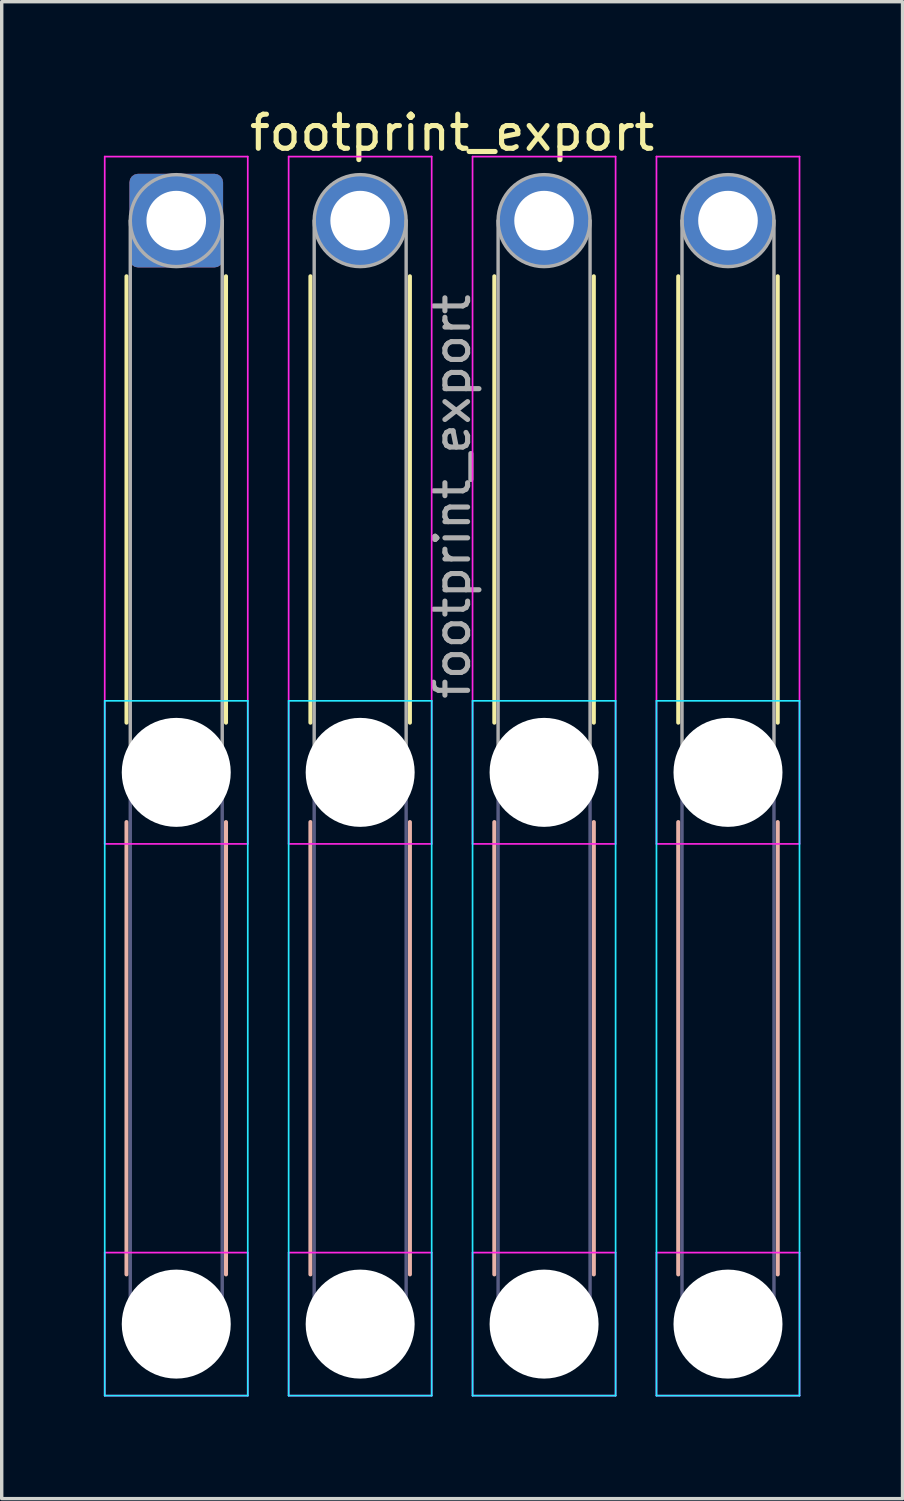
<source format=kicad_pcb>
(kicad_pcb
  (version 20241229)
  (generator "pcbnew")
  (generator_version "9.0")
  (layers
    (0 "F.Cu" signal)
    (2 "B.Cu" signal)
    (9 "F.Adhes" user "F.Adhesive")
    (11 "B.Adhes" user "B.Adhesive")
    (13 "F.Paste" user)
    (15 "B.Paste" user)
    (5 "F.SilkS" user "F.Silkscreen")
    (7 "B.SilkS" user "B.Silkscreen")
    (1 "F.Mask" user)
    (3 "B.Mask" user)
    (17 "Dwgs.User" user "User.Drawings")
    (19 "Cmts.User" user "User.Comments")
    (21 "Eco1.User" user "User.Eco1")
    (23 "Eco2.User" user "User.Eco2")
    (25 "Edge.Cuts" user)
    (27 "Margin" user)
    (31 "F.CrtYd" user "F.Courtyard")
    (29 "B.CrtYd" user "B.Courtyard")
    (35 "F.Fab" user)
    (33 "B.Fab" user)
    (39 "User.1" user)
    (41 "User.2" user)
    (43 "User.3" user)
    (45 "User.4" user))
  (footprint "footprint_export"
    (layer "F.Cu")
    (at 2.125 3.428)
    (property "Reference" "footprint_export" (at 8.1 -2.58 0) (layer "F.SilkS") (effects (font (size 1 1) (thickness 0.15))))
    (attr exclude_from_pos_files exclude_from_bom)
    (fp_line (start -1.46 1.635) (end -1.46 14.74) (stroke (width 0.12) (type solid)) (layer "F.SilkS"))
    (fp_line (start 1.46 1.635) (end 1.46 14.74) (stroke (width 0.12) (type solid)) (layer "F.SilkS"))
    (fp_line (start 3.94 1.635) (end 3.94 14.74) (stroke (width 0.12) (type solid)) (layer "F.SilkS"))
    (fp_line (start 6.86 1.635) (end 6.86 14.74) (stroke (width 0.12) (type solid)) (layer "F.SilkS"))
    (fp_line (start 9.34 1.635) (end 9.34 14.74) (stroke (width 0.12) (type solid)) (layer "F.SilkS"))
    (fp_line (start 12.26 1.635) (end 12.26 14.74) (stroke (width 0.12) (type solid)) (layer "F.SilkS"))
    (fp_line (start 14.74 1.635) (end 14.74 14.74) (stroke (width 0.12) (type solid)) (layer "F.SilkS"))
    (fp_line (start 17.66 1.635) (end 17.66 14.74) (stroke (width 0.12) (type solid)) (layer "F.SilkS"))
    (fp_line (start -1.46 17.66) (end -1.46 30.94) (stroke (width 0.12) (type solid)) (layer "B.SilkS"))
    (fp_line (start 1.46 17.66) (end 1.46 30.94) (stroke (width 0.12) (type solid)) (layer "B.SilkS"))
    (fp_line (start 3.94 17.66) (end 3.94 30.94) (stroke (width 0.12) (type solid)) (layer "B.SilkS"))
    (fp_line (start 6.86 17.66) (end 6.86 30.94) (stroke (width 0.12) (type solid)) (layer "B.SilkS"))
    (fp_line (start 9.34 17.66) (end 9.34 30.94) (stroke (width 0.12) (type solid)) (layer "B.SilkS"))
    (fp_line (start 12.26 17.66) (end 12.26 30.94) (stroke (width 0.12) (type solid)) (layer "B.SilkS"))
    (fp_line (start 14.74 17.66) (end 14.74 30.94) (stroke (width 0.12) (type solid)) (layer "B.SilkS"))
    (fp_line (start 17.66 17.66) (end 17.66 30.94) (stroke (width 0.12) (type solid)) (layer "B.SilkS"))
    (fp_line (start -2.1 14.1) (end -2.1 34.5) (stroke (width 0.05) (type solid)) (layer "B.CrtYd"))
    (fp_line (start -2.1 34.5) (end 2.1 34.5) (stroke (width 0.05) (type solid)) (layer "B.CrtYd"))
    (fp_line (start 2.1 14.1) (end -2.1 14.1) (stroke (width 0.05) (type solid)) (layer "B.CrtYd"))
    (fp_line (start 2.1 34.5) (end 2.1 14.1) (stroke (width 0.05) (type solid)) (layer "B.CrtYd"))
    (fp_line (start 3.3 14.1) (end 3.3 34.5) (stroke (width 0.05) (type solid)) (layer "B.CrtYd"))
    (fp_line (start 3.3 34.5) (end 7.5 34.5) (stroke (width 0.05) (type solid)) (layer "B.CrtYd"))
    (fp_line (start 7.5 14.1) (end 3.3 14.1) (stroke (width 0.05) (type solid)) (layer "B.CrtYd"))
    (fp_line (start 7.5 34.5) (end 7.5 14.1) (stroke (width 0.05) (type solid)) (layer "B.CrtYd"))
    (fp_line (start 8.7 14.1) (end 8.7 34.5) (stroke (width 0.05) (type solid)) (layer "B.CrtYd"))
    (fp_line (start 8.7 34.5) (end 12.9 34.5) (stroke (width 0.05) (type solid)) (layer "B.CrtYd"))
    (fp_line (start 12.9 14.1) (end 8.7 14.1) (stroke (width 0.05) (type solid)) (layer "B.CrtYd"))
    (fp_line (start 12.9 34.5) (end 12.9 14.1) (stroke (width 0.05) (type solid)) (layer "B.CrtYd"))
    (fp_line (start 14.1 14.1) (end 14.1 34.5) (stroke (width 0.05) (type solid)) (layer "B.CrtYd"))
    (fp_line (start 14.1 34.5) (end 18.3 34.5) (stroke (width 0.05) (type solid)) (layer "B.CrtYd"))
    (fp_line (start 18.3 14.1) (end 14.1 14.1) (stroke (width 0.05) (type solid)) (layer "B.CrtYd"))
    (fp_line (start 18.3 34.5) (end 18.3 14.1) (stroke (width 0.05) (type solid)) (layer "B.CrtYd"))
    (fp_line (start -2.1 -1.88) (end -2.1 18.3) (stroke (width 0.05) (type solid)) (layer "F.CrtYd"))
    (fp_line (start -2.1 18.3) (end 2.1 18.3) (stroke (width 0.05) (type solid)) (layer "F.CrtYd"))
    (fp_line (start -2.1 30.3) (end -2.1 34.5) (stroke (width 0.05) (type solid)) (layer "F.CrtYd"))
    (fp_line (start -2.1 34.5) (end 2.1 34.5) (stroke (width 0.05) (type solid)) (layer "F.CrtYd"))
    (fp_line (start 2.1 -1.88) (end -2.1 -1.88) (stroke (width 0.05) (type solid)) (layer "F.CrtYd"))
    (fp_line (start 2.1 18.3) (end 2.1 -1.88) (stroke (width 0.05) (type solid)) (layer "F.CrtYd"))
    (fp_line (start 2.1 30.3) (end -2.1 30.3) (stroke (width 0.05) (type solid)) (layer "F.CrtYd"))
    (fp_line (start 2.1 34.5) (end 2.1 30.3) (stroke (width 0.05) (type solid)) (layer "F.CrtYd"))
    (fp_line (start 3.3 -1.88) (end 3.3 18.3) (stroke (width 0.05) (type solid)) (layer "F.CrtYd"))
    (fp_line (start 3.3 18.3) (end 7.5 18.3) (stroke (width 0.05) (type solid)) (layer "F.CrtYd"))
    (fp_line (start 3.3 30.3) (end 3.3 34.5) (stroke (width 0.05) (type solid)) (layer "F.CrtYd"))
    (fp_line (start 3.3 34.5) (end 7.5 34.5) (stroke (width 0.05) (type solid)) (layer "F.CrtYd"))
    (fp_line (start 7.5 -1.88) (end 3.3 -1.88) (stroke (width 0.05) (type solid)) (layer "F.CrtYd"))
    (fp_line (start 7.5 18.3) (end 7.5 -1.88) (stroke (width 0.05) (type solid)) (layer "F.CrtYd"))
    (fp_line (start 7.5 30.3) (end 3.3 30.3) (stroke (width 0.05) (type solid)) (layer "F.CrtYd"))
    (fp_line (start 7.5 34.5) (end 7.5 30.3) (stroke (width 0.05) (type solid)) (layer "F.CrtYd"))
    (fp_line (start 8.7 -1.88) (end 8.7 18.3) (stroke (width 0.05) (type solid)) (layer "F.CrtYd"))
    (fp_line (start 8.7 18.3) (end 12.9 18.3) (stroke (width 0.05) (type solid)) (layer "F.CrtYd"))
    (fp_line (start 8.7 30.3) (end 8.7 34.5) (stroke (width 0.05) (type solid)) (layer "F.CrtYd"))
    (fp_line (start 8.7 34.5) (end 12.9 34.5) (stroke (width 0.05) (type solid)) (layer "F.CrtYd"))
    (fp_line (start 12.9 -1.88) (end 8.7 -1.88) (stroke (width 0.05) (type solid)) (layer "F.CrtYd"))
    (fp_line (start 12.9 18.3) (end 12.9 -1.88) (stroke (width 0.05) (type solid)) (layer "F.CrtYd"))
    (fp_line (start 12.9 30.3) (end 8.7 30.3) (stroke (width 0.05) (type solid)) (layer "F.CrtYd"))
    (fp_line (start 12.9 34.5) (end 12.9 30.3) (stroke (width 0.05) (type solid)) (layer "F.CrtYd"))
    (fp_line (start 14.1 -1.88) (end 14.1 18.3) (stroke (width 0.05) (type solid)) (layer "F.CrtYd"))
    (fp_line (start 14.1 18.3) (end 18.3 18.3) (stroke (width 0.05) (type solid)) (layer "F.CrtYd"))
    (fp_line (start 14.1 30.3) (end 14.1 34.5) (stroke (width 0.05) (type solid)) (layer "F.CrtYd"))
    (fp_line (start 14.1 34.5) (end 18.3 34.5) (stroke (width 0.05) (type solid)) (layer "F.CrtYd"))
    (fp_line (start 18.3 -1.88) (end 14.1 -1.88) (stroke (width 0.05) (type solid)) (layer "F.CrtYd"))
    (fp_line (start 18.3 18.3) (end 18.3 -1.88) (stroke (width 0.05) (type solid)) (layer "F.CrtYd"))
    (fp_line (start 18.3 30.3) (end 14.1 30.3) (stroke (width 0.05) (type solid)) (layer "F.CrtYd"))
    (fp_line (start 18.3 34.5) (end 18.3 30.3) (stroke (width 0.05) (type solid)) (layer "F.CrtYd"))
    (fp_line (start -1.35 16.2) (end -1.35 32.4) (stroke (width 0.1) (type solid)) (layer "B.Fab"))
    (fp_line (start 1.35 16.2) (end 1.35 32.4) (stroke (width 0.1) (type solid)) (layer "B.Fab"))
    (fp_line (start 4.05 16.2) (end 4.05 32.4) (stroke (width 0.1) (type solid)) (layer "B.Fab"))
    (fp_line (start 6.75 16.2) (end 6.75 32.4) (stroke (width 0.1) (type solid)) (layer "B.Fab"))
    (fp_line (start 9.45 16.2) (end 9.45 32.4) (stroke (width 0.1) (type solid)) (layer "B.Fab"))
    (fp_line (start 12.15 16.2) (end 12.15 32.4) (stroke (width 0.1) (type solid)) (layer "B.Fab"))
    (fp_line (start 14.85 16.2) (end 14.85 32.4) (stroke (width 0.1) (type solid)) (layer "B.Fab"))
    (fp_line (start 17.55 16.2) (end 17.55 32.4) (stroke (width 0.1) (type solid)) (layer "B.Fab"))
    (fp_circle (center 0 16.2) (end 1.35 16.2) (stroke (width 0.1) (type solid)) (fill no) (layer "B.Fab"))
    (fp_circle (center 0 32.4) (end 1.35 32.4) (stroke (width 0.1) (type solid)) (fill no) (layer "B.Fab"))
    (fp_circle (center 5.4 16.2) (end 6.75 16.2) (stroke (width 0.1) (type solid)) (fill no) (layer "B.Fab"))
    (fp_circle (center 5.4 32.4) (end 6.75 32.4) (stroke (width 0.1) (type solid)) (fill no) (layer "B.Fab"))
    (fp_circle (center 10.8 16.2) (end 12.15 16.2) (stroke (width 0.1) (type solid)) (fill no) (layer "B.Fab"))
    (fp_circle (center 10.8 32.4) (end 12.15 32.4) (stroke (width 0.1) (type solid)) (fill no) (layer "B.Fab"))
    (fp_circle (center 16.2 16.2) (end 17.55 16.2) (stroke (width 0.1) (type solid)) (fill no) (layer "B.Fab"))
    (fp_circle (center 16.2 32.4) (end 17.55 32.4) (stroke (width 0.1) (type solid)) (fill no) (layer "B.Fab"))
    (fp_line (start -1.35 0) (end -1.35 16.2) (stroke (width 0.1) (type solid)) (layer "F.Fab"))
    (fp_line (start 1.35 0) (end 1.35 16.2) (stroke (width 0.1) (type solid)) (layer "F.Fab"))
    (fp_line (start 4.05 0) (end 4.05 16.2) (stroke (width 0.1) (type solid)) (layer "F.Fab"))
    (fp_line (start 6.75 0) (end 6.75 16.2) (stroke (width 0.1) (type solid)) (layer "F.Fab"))
    (fp_line (start 9.45 0) (end 9.45 16.2) (stroke (width 0.1) (type solid)) (layer "F.Fab"))
    (fp_line (start 12.15 0) (end 12.15 16.2) (stroke (width 0.1) (type solid)) (layer "F.Fab"))
    (fp_line (start 14.85 0) (end 14.85 16.2) (stroke (width 0.1) (type solid)) (layer "F.Fab"))
    (fp_line (start 17.55 0) (end 17.55 16.2) (stroke (width 0.1) (type solid)) (layer "F.Fab"))
    (fp_circle (center 0 0) (end 1.35 0) (stroke (width 0.1) (type solid)) (fill no) (layer "F.Fab"))
    (fp_circle (center 0 16.2) (end 1.35 16.2) (stroke (width 0.1) (type solid)) (fill no) (layer "F.Fab"))
    (fp_circle (center 0 32.4) (end 1.35 32.4) (stroke (width 0.1) (type solid)) (fill no) (layer "F.Fab"))
    (fp_circle (center 5.4 0) (end 6.75 0) (stroke (width 0.1) (type solid)) (fill no) (layer "F.Fab"))
    (fp_circle (center 5.4 16.2) (end 6.75 16.2) (stroke (width 0.1) (type solid)) (fill no) (layer "F.Fab"))
    (fp_circle (center 5.4 32.4) (end 6.75 32.4) (stroke (width 0.1) (type solid)) (fill no) (layer "F.Fab"))
    (fp_circle (center 10.8 0) (end 12.15 0) (stroke (width 0.1) (type solid)) (fill no) (layer "F.Fab"))
    (fp_circle (center 10.8 16.2) (end 12.15 16.2) (stroke (width 0.1) (type solid)) (fill no) (layer "F.Fab"))
    (fp_circle (center 10.8 32.4) (end 12.15 32.4) (stroke (width 0.1) (type solid)) (fill no) (layer "F.Fab"))
    (fp_circle (center 16.2 0) (end 17.55 0) (stroke (width 0.1) (type solid)) (fill no) (layer "F.Fab"))
    (fp_circle (center 16.2 16.2) (end 17.55 16.2) (stroke (width 0.1) (type solid)) (fill no) (layer "F.Fab"))
    (fp_circle (center 16.2 32.4) (end 17.55 32.4) (stroke (width 0.1) (type solid)) (fill no) (layer "F.Fab"))
    (fp_text user "${REFERENCE}" (at 8.1 8.1 90) (layer "F.Fab") (effects (font (size 1 1) (thickness 0.15))))
    (pad "" np_thru_hole circle (at 0 16.2) (size 3.2 3.2) (drill 3.2) (layers "*.Cu" "*.Mask"))
    (pad "" np_thru_hole circle (at 0 32.4) (size 3.2 3.2) (drill 3.2) (layers "*.Cu" "*.Mask"))
    (pad "" np_thru_hole circle (at 5.4 16.2) (size 3.2 3.2) (drill 3.2) (layers "*.Cu" "*.Mask"))
    (pad "" np_thru_hole circle (at 5.4 32.4) (size 3.2 3.2) (drill 3.2) (layers "*.Cu" "*.Mask"))
    (pad "" np_thru_hole circle (at 10.8 16.2) (size 3.2 3.2) (drill 3.2) (layers "*.Cu" "*.Mask"))
    (pad "" np_thru_hole circle (at 10.8 32.4) (size 3.2 3.2) (drill 3.2) (layers "*.Cu" "*.Mask"))
    (pad "" np_thru_hole circle (at 16.2 16.2) (size 3.2 3.2) (drill 3.2) (layers "*.Cu" "*.Mask"))
    (pad "" np_thru_hole circle (at 16.2 32.4) (size 3.2 3.2) (drill 3.2) (layers "*.Cu" "*.Mask"))
    (pad "1" thru_hole roundrect (at 0 0) (size 2.75 2.75) (drill 1.75) (layers "*.Cu" "*.Mask") (roundrect_rratio 0.091))
    (pad "2" thru_hole circle (at 5.4 0) (size 2.75 2.75) (drill 1.75) (layers "*.Cu" "*.Mask"))
    (pad "3" thru_hole circle (at 10.8 0) (size 2.75 2.75) (drill 1.75) (layers "*.Cu" "*.Mask"))
    (pad "4" thru_hole circle (at 16.2 0) (size 2.75 2.75) (drill 1.75) (layers "*.Cu" "*.Mask")))
  (gr_rect
    (start -3 -3)
    (end 23.45 40.953)
    (stroke (width 0.1) (type default))
    (fill no)
    (layer "Edge.Cuts")))
</source>
